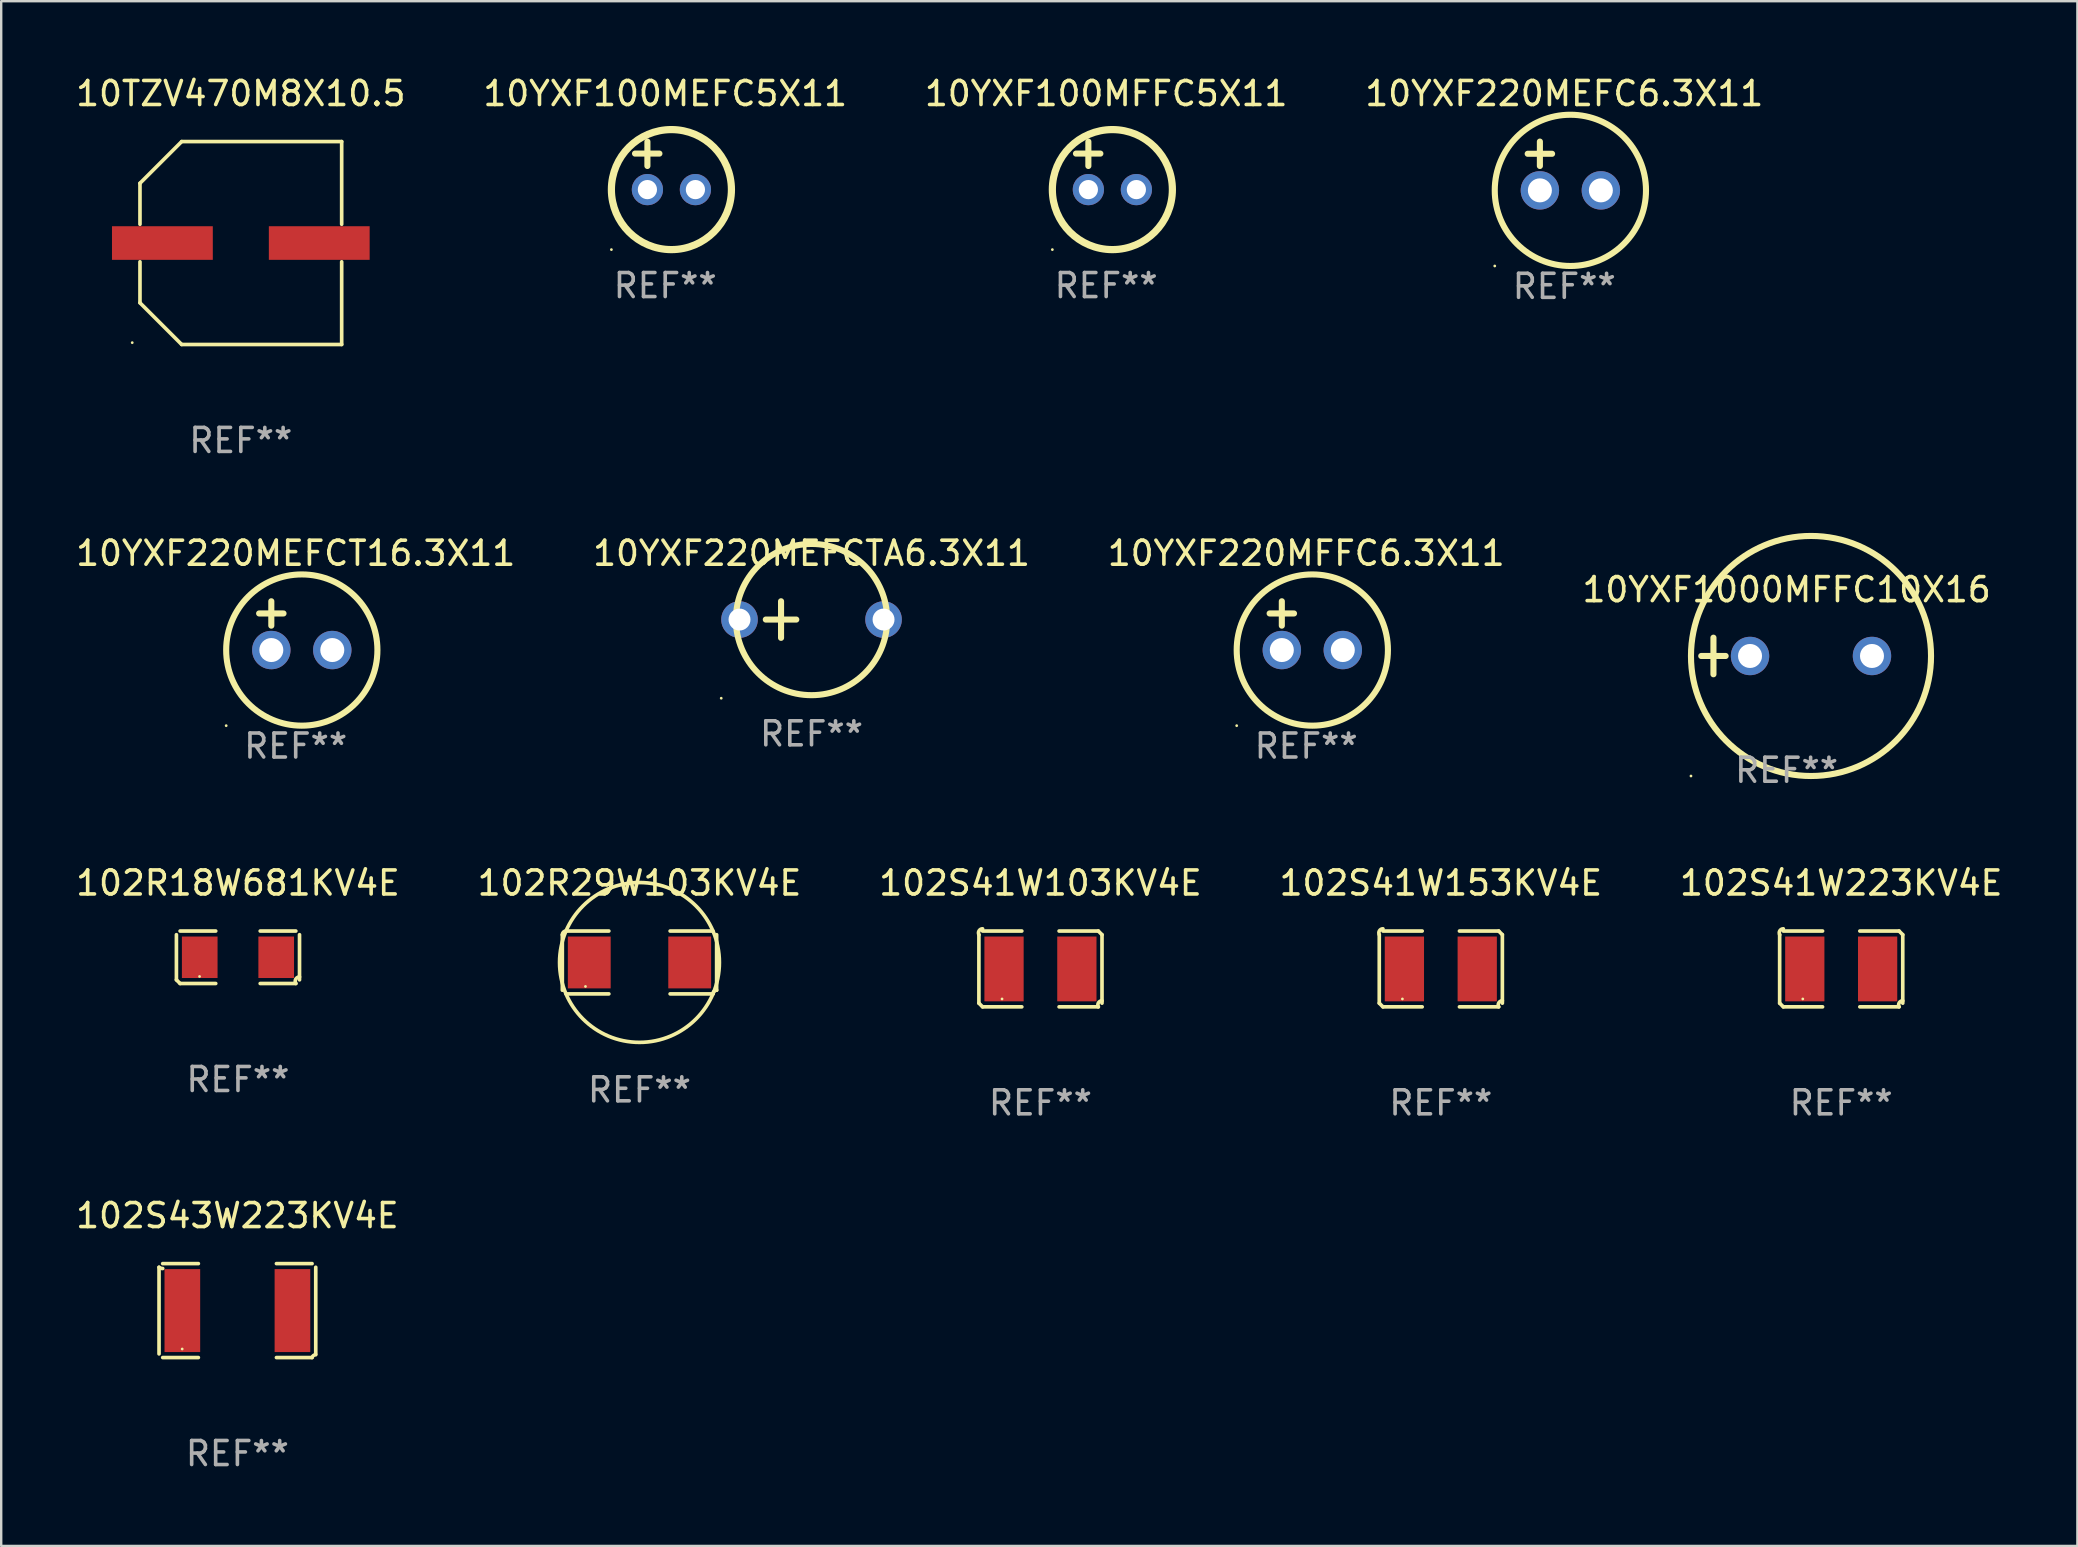
<source format=kicad_pcb>
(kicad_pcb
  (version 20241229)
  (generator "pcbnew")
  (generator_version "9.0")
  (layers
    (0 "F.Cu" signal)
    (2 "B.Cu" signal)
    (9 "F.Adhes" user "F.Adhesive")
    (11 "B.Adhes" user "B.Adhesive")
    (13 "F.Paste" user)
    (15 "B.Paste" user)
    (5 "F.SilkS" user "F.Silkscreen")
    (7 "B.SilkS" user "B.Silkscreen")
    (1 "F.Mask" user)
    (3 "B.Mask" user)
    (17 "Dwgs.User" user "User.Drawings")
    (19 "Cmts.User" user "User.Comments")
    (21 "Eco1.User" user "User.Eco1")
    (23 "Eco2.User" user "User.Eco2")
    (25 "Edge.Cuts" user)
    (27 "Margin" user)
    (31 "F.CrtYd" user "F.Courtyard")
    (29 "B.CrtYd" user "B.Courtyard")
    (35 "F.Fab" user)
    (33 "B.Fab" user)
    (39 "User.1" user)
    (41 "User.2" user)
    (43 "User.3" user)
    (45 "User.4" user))
  (footprint "10TZV470M8X10.5"
    (layer "F.Cu")
    (at 6.982 7.074)
    (property "Reference" "10TZV470M8X10.5" (at 0 -6.226 0) (layer "F.SilkS") (effects (font (size 1 1) (thickness 0.15))))
    (attr through_hole)
    (fp_line (start -4.201 -2.49) (end -4.201 -0.782) (stroke (width 0.152) (type solid)) (layer "F.SilkS"))
    (fp_line (start -4.201 2.49) (end -4.201 0.782) (stroke (width 0.152) (type solid)) (layer "F.SilkS"))
    (fp_line (start -2.465 -4.226) (end -4.201 -2.49) (stroke (width 0.152) (type solid)) (layer "F.SilkS"))
    (fp_line (start -2.465 4.226) (end -4.201 2.49) (stroke (width 0.152) (type solid)) (layer "F.SilkS"))
    (fp_line (start 4.201 -4.226) (end -2.465 -4.226) (stroke (width 0.152) (type solid)) (layer "F.SilkS"))
    (fp_line (start 4.201 -0.782) (end 4.201 -4.226) (stroke (width 0.152) (type solid)) (layer "F.SilkS"))
    (fp_line (start 4.201 0.782) (end 4.201 4.226) (stroke (width 0.152) (type solid)) (layer "F.SilkS"))
    (fp_line (start 4.201 4.226) (end -2.465 4.226) (stroke (width 0.152) (type solid)) (layer "F.SilkS"))
    (fp_circle (center -4.524 4.15) (end -4.494 4.15) (stroke (width 0.06) (type solid)) (fill no) (layer "F.SilkS"))
    (fp_text user "REF**" (at 0 8.226 0) (layer "F.Fab") (effects (font (size 1 1) (thickness 0.15))))
    (pad "1" smd rect (at -3.267 0) (size 4.2 1.4) (layers "F.Cu" "F.Mask" "F.Paste"))
    (pad "2" smd rect (at 3.267 0) (size 4.2 1.4) (layers "F.Cu" "F.Mask" "F.Paste")))
  (footprint "102S41W223KV4E"
    (layer "F.Cu")
    (at 73.649 37.313)
    (property "Reference" "102S41W223KV4E" (at 0 -3.579 0) (layer "F.SilkS") (effects (font (size 1 1) (thickness 0.15))))
    (attr through_hole)
    (fp_line (start -2.564 1.426) (end -2.564 -1.426) (stroke (width 0.152) (type solid)) (layer "F.SilkS"))
    (fp_line (start -2.411 -1.579) (end -0.776 -1.579) (stroke (width 0.152) (type solid)) (layer "F.SilkS"))
    (fp_line (start -0.776 1.579) (end -2.411 1.579) (stroke (width 0.152) (type solid)) (layer "F.SilkS"))
    (fp_line (start 0.776 1.579) (end 2.411 1.579) (stroke (width 0.152) (type solid)) (layer "F.SilkS"))
    (fp_line (start 2.411 -1.579) (end 0.776 -1.579) (stroke (width 0.152) (type solid)) (layer "F.SilkS"))
    (fp_line (start 2.564 1.426) (end 2.564 -1.426) (stroke (width 0.152) (type solid)) (layer "F.SilkS"))
    (fp_arc (start -2.563602 -1.426213) (mid -2.555597 -1.591233) (end -2.411201 -1.671518) (stroke (width 0.1524) (type solid)) (layer "F.SilkS"))
    (fp_arc (start -2.5636 1.426214) (mid -2.487389 1.502402) (end -2.411201 1.578613) (stroke (width 0.1524) (type solid)) (layer "F.SilkS"))
    (fp_arc (start 2.411197 -1.578618) (mid 2.487403 -1.502419) (end 2.563602 -1.426213) (stroke (width 0.1524) (type solid)) (layer "F.SilkS"))
    (fp_arc (start 2.411201 1.578613) (mid 2.416214 1.409455) (end 2.563602 1.32629) (stroke (width 0.1524) (type solid)) (layer "F.SilkS"))
    (fp_circle (center -1.6 1.25) (end -1.57 1.25) (stroke (width 0.06) (type solid)) (fill no) (layer "F.SilkS"))
    (fp_text user "REF**" (at 0 5.579 0) (layer "F.Fab") (effects (font (size 1 1) (thickness 0.15))))
    (pad "1" smd rect (at -1.517 0) (size 1.635 2.7) (layers "F.Cu" "F.Mask" "F.Paste"))
    (pad "2" smd rect (at 1.517 0) (size 1.635 2.7) (layers "F.Cu" "F.Mask" "F.Paste")))
  (footprint "102R29W103KV4E"
    (layer "F.Cu")
    (at 23.589 37.043)
    (property "Reference" "102R29W103KV4E" (at 0 -3.309 0) (layer "F.SilkS") (effects (font (size 1 1) (thickness 0.15))))
    (attr through_hole)
    (fp_line (start -3.214 -1.156) (end -3.214 1.156) (stroke (width 0.152) (type solid)) (layer "F.SilkS"))
    (fp_line (start -3.061 1.309) (end -1.276 1.309) (stroke (width 0.152) (type solid)) (layer "F.SilkS"))
    (fp_line (start -1.276 -1.309) (end -3.061 -1.309) (stroke (width 0.152) (type solid)) (layer "F.SilkS"))
    (fp_line (start 1.276 -1.309) (end 3.061 -1.309) (stroke (width 0.152) (type solid)) (layer "F.SilkS"))
    (fp_line (start 3.061 1.309) (end 1.276 1.309) (stroke (width 0.152) (type solid)) (layer "F.SilkS"))
    (fp_line (start 3.214 -1.156) (end 3.214 1.156) (stroke (width 0.152) (type solid)) (layer "F.SilkS"))
    (fp_arc (start -3.21359 -1.15621) (mid -3.168953 -1.263974) (end -3.061189 -1.308611) (stroke (width 0.1524) (type solid)) (layer "F.SilkS"))
    (fp_arc (start 3.061188 1.308611) (mid 3.105825 1.200847) (end 3.213589 1.15621) (stroke (width 0.1524) (type solid)) (layer "F.SilkS"))
    (fp_arc (start 3.061189 -1.308611) (mid -3.061167 1.308589) (end 3.061189 -1.308611) (stroke (width 0.1524) (type solid)) (layer "F.SilkS"))
    (fp_circle (center -2.25 1) (end -2.22 1) (stroke (width 0.06) (type solid)) (fill no) (layer "F.SilkS"))
    (fp_text user "REF**" (at 0 5.309 0) (layer "F.Fab") (effects (font (size 1 1) (thickness 0.15))))
    (pad "1" smd rect (at -2.092 0) (size 1.785 2.16) (layers "F.Cu" "F.Mask" "F.Paste"))
    (pad "2" smd rect (at 2.092 0) (size 1.785 2.16) (layers "F.Cu" "F.Mask" "F.Paste")))
  (footprint "10YXF1000MFFC10X16"
    (layer "F.Cu")
    (at 71.375 24.276)
    (property "Reference" "10YXF1000MFFC10X16" (at 0 -2.762 0) (layer "F.SilkS") (effects (font (size 1 1) (thickness 0.15))))
    (attr through_hole)
    (fp_line (start -3.556 0) (end -2.54 0) (stroke (width 0.254) (type solid)) (layer "F.SilkS"))
    (fp_line (start -3.048 -0.762) (end -3.048 0.762) (stroke (width 0.254) (type solid)) (layer "F.SilkS"))
    (fp_circle (center -3.984 5) (end -3.954 5) (stroke (width 0.06) (type solid)) (fill no) (layer "F.SilkS"))
    (fp_circle (center 1.016 0) (end 6.016 0) (stroke (width 0.254) (type solid)) (fill no) (layer "F.SilkS"))
    (fp_text user "REF**" (at 0 4.762 0) (layer "F.Fab") (effects (font (size 1 1) (thickness 0.15))))
    (pad "1" thru_hole circle (at -1.524 0) (size 1.6 1.6) (drill 1) (layers "*.Cu" "*.Mask"))
    (pad "2" thru_hole circle (at 3.556 0) (size 1.6 1.6) (drill 1) (layers "*.Cu" "*.Mask")))
  (footprint "10YXF100MFFC5X11"
    (layer "F.Cu")
    (at 43.03 3.848)
    (property "Reference" "10YXF100MFFC5X11" (at 0 -3 0) (layer "F.SilkS") (effects (font (size 1 1) (thickness 0.15))))
    (attr through_hole)
    (fp_line (start -1.258 -0.5) (end -0.242 -0.5) (stroke (width 0.254) (type solid)) (layer "F.SilkS"))
    (fp_line (start -0.742 -1) (end -0.742 0.016) (stroke (width 0.254) (type solid)) (layer "F.SilkS"))
    (fp_circle (center -2.242 3.5) (end -2.212 3.5) (stroke (width 0.06) (type solid)) (fill no) (layer "F.SilkS"))
    (fp_circle (center 0.258 1) (end 2.758 1) (stroke (width 0.3) (type solid)) (fill no) (layer "F.SilkS"))
    (fp_text user "REF**" (at 0 5 0) (layer "F.Fab") (effects (font (size 1 1) (thickness 0.15))))
    (pad "1" thru_hole circle (at -0.742 1) (size 1.3 1.3) (drill 0.8) (layers "*.Cu" "*.Mask"))
    (pad "2" thru_hole circle (at 1.258 1) (size 1.3 1.3) (drill 0.8) (layers "*.Cu" "*.Mask")))
  (footprint "10YXF100MEFC5X11"
    (layer "F.Cu")
    (at 24.661 3.848)
    (property "Reference" "10YXF100MEFC5X11" (at 0 -3 0) (layer "F.SilkS") (effects (font (size 1 1) (thickness 0.15))))
    (attr through_hole)
    (fp_line (start -1.258 -0.5) (end -0.242 -0.5) (stroke (width 0.254) (type solid)) (layer "F.SilkS"))
    (fp_line (start -0.742 -1) (end -0.742 0.016) (stroke (width 0.254) (type solid)) (layer "F.SilkS"))
    (fp_circle (center -2.242 3.5) (end -2.212 3.5) (stroke (width 0.06) (type solid)) (fill no) (layer "F.SilkS"))
    (fp_circle (center 0.258 1) (end 2.758 1) (stroke (width 0.3) (type solid)) (fill no) (layer "F.SilkS"))
    (fp_text user "REF**" (at 0 5 0) (layer "F.Fab") (effects (font (size 1 1) (thickness 0.15))))
    (pad "1" thru_hole circle (at -0.742 1) (size 1.3 1.3) (drill 0.8) (layers "*.Cu" "*.Mask"))
    (pad "2" thru_hole circle (at 1.258 1) (size 1.3 1.3) (drill 0.8) (layers "*.Cu" "*.Mask")))
  (footprint "10YXF220MEFCT16.3X11"
    (layer "F.Cu")
    (at 9.268 23.013)
    (property "Reference" "10YXF220MEFCT16.3X11" (at 0 -3.016 0) (layer "F.SilkS") (effects (font (size 1 1) (thickness 0.15))))
    (attr through_hole)
    (fp_line (start -1.524 -0.508) (end -0.508 -0.508) (stroke (width 0.254) (type solid)) (layer "F.SilkS"))
    (fp_line (start -1.016 -1.016) (end -1.016 0) (stroke (width 0.254) (type solid)) (layer "F.SilkS"))
    (fp_circle (center -2.896 4.166) (end -2.866 4.166) (stroke (width 0.06) (type solid)) (fill no) (layer "F.SilkS"))
    (fp_circle (center 0.254 1.016) (end 3.404 1.016) (stroke (width 0.254) (type solid)) (fill no) (layer "F.SilkS"))
    (fp_text user "REF**" (at 0 5.016 0) (layer "F.Fab") (effects (font (size 1 1) (thickness 0.15))))
    (pad "1" thru_hole circle (at -1.016 1.016) (size 1.6 1.6) (drill 1) (layers "*.Cu" "*.Mask"))
    (pad "2" thru_hole circle (at 1.524 1.016) (size 1.6 1.6) (drill 1) (layers "*.Cu" "*.Mask")))
  (footprint "10YXF220MEFCTA6.3X11"
    (layer "F.Cu")
    (at 30.756 22.759)
    (property "Reference" "10YXF220MEFCTA6.3X11" (at 0 -2.762 0) (layer "F.SilkS") (effects (font (size 1 1) (thickness 0.15))))
    (attr through_hole)
    (fp_line (start -1.27 -0.762) (end -1.27 0.762) (stroke (width 0.254) (type solid)) (layer "F.SilkS"))
    (fp_line (start -0.635 0) (end -1.905 0) (stroke (width 0.254) (type solid)) (layer "F.SilkS"))
    (fp_circle (center -3.762 3.277) (end -3.732 3.277) (stroke (width 0.06) (type solid)) (fill no) (layer "F.SilkS"))
    (fp_circle (center 0 0) (end 3.15 0) (stroke (width 0.254) (type solid)) (fill no) (layer "F.SilkS"))
    (fp_text user "REF**" (at 0 4.762 0) (layer "F.Fab") (effects (font (size 1 1) (thickness 0.15))))
    (pad "1" thru_hole circle (at -3 0) (size 1.524 1.524) (drill 0.914) (layers "*.Cu" "*.Mask"))
    (pad "2" thru_hole circle (at 3 0) (size 1.524 1.524) (drill 0.914) (layers "*.Cu" "*.Mask")))
  (footprint "10YXF220MFFC6.3X11"
    (layer "F.Cu")
    (at 51.363 23.013)
    (property "Reference" "10YXF220MFFC6.3X11" (at 0 -3.016 0) (layer "F.SilkS") (effects (font (size 1 1) (thickness 0.15))))
    (attr through_hole)
    (fp_line (start -1.524 -0.508) (end -0.508 -0.508) (stroke (width 0.254) (type solid)) (layer "F.SilkS"))
    (fp_line (start -1.016 -1.016) (end -1.016 0) (stroke (width 0.254) (type solid)) (layer "F.SilkS"))
    (fp_circle (center -2.896 4.166) (end -2.866 4.166) (stroke (width 0.06) (type solid)) (fill no) (layer "F.SilkS"))
    (fp_circle (center 0.254 1.016) (end 3.404 1.016) (stroke (width 0.254) (type solid)) (fill no) (layer "F.SilkS"))
    (fp_text user "REF**" (at 0 5.016 0) (layer "F.Fab") (effects (font (size 1 1) (thickness 0.15))))
    (pad "1" thru_hole circle (at -1.016 1.016) (size 1.6 1.6) (drill 1) (layers "*.Cu" "*.Mask"))
    (pad "2" thru_hole circle (at 1.524 1.016) (size 1.6 1.6) (drill 1) (layers "*.Cu" "*.Mask")))
  (footprint "102S41W103KV4E"
    (layer "F.Cu")
    (at 40.292 37.313)
    (property "Reference" "102S41W103KV4E" (at 0 -3.579 0) (layer "F.SilkS") (effects (font (size 1 1) (thickness 0.15))))
    (attr through_hole)
    (fp_line (start -2.564 1.426) (end -2.564 -1.426) (stroke (width 0.152) (type solid)) (layer "F.SilkS"))
    (fp_line (start -2.411 -1.579) (end -0.776 -1.579) (stroke (width 0.152) (type solid)) (layer "F.SilkS"))
    (fp_line (start -0.776 1.579) (end -2.411 1.579) (stroke (width 0.152) (type solid)) (layer "F.SilkS"))
    (fp_line (start 0.776 1.579) (end 2.411 1.579) (stroke (width 0.152) (type solid)) (layer "F.SilkS"))
    (fp_line (start 2.411 -1.579) (end 0.776 -1.579) (stroke (width 0.152) (type solid)) (layer "F.SilkS"))
    (fp_line (start 2.564 1.426) (end 2.564 -1.426) (stroke (width 0.152) (type solid)) (layer "F.SilkS"))
    (fp_arc (start -2.563602 -1.426213) (mid -2.555597 -1.591233) (end -2.411201 -1.671518) (stroke (width 0.1524) (type solid)) (layer "F.SilkS"))
    (fp_arc (start -2.5636 1.426214) (mid -2.487389 1.502402) (end -2.411201 1.578613) (stroke (width 0.1524) (type solid)) (layer "F.SilkS"))
    (fp_arc (start 2.411197 -1.578618) (mid 2.487403 -1.502419) (end 2.563602 -1.426213) (stroke (width 0.1524) (type solid)) (layer "F.SilkS"))
    (fp_arc (start 2.411201 1.578613) (mid 2.416214 1.409455) (end 2.563602 1.32629) (stroke (width 0.1524) (type solid)) (layer "F.SilkS"))
    (fp_circle (center -1.6 1.25) (end -1.57 1.25) (stroke (width 0.06) (type solid)) (fill no) (layer "F.SilkS"))
    (fp_text user "REF**" (at 0 5.579 0) (layer "F.Fab") (effects (font (size 1 1) (thickness 0.15))))
    (pad "1" smd rect (at -1.517 0) (size 1.635 2.7) (layers "F.Cu" "F.Mask" "F.Paste"))
    (pad "2" smd rect (at 1.517 0) (size 1.635 2.7) (layers "F.Cu" "F.Mask" "F.Paste")))
  (footprint "102S43W223KV4E"
    (layer "F.Cu")
    (at 6.839 51.545)
    (property "Reference" "102S43W223KV4E" (at 0 -3.957 0) (layer "F.SilkS") (effects (font (size 1 1) (thickness 0.15))))
    (attr through_hole)
    (fp_line (start -3.264 1.804) (end -3.264 -1.804) (stroke (width 0.152) (type solid)) (layer "F.SilkS"))
    (fp_line (start -3.111 -1.957) (end -1.626 -1.957) (stroke (width 0.152) (type solid)) (layer "F.SilkS"))
    (fp_line (start -1.626 1.957) (end -3.111 1.957) (stroke (width 0.152) (type solid)) (layer "F.SilkS"))
    (fp_line (start 1.626 1.957) (end 3.111 1.957) (stroke (width 0.152) (type solid)) (layer "F.SilkS"))
    (fp_line (start 3.111 -1.957) (end 1.626 -1.957) (stroke (width 0.152) (type solid)) (layer "F.SilkS"))
    (fp_line (start 3.264 1.804) (end 3.264 -1.804) (stroke (width 0.152) (type solid)) (layer "F.SilkS"))
    (fp_arc (start -3.111202 -1.752192) (mid -3.191715 -1.76555) (end -3.263602 -1.804191) (stroke (width 0.1524) (type solid)) (layer "F.SilkS"))
    (fp_arc (start 3.111201 1.956591) (mid 3.167789 1.872777) (end 3.263602 1.840424) (stroke (width 0.1524) (type solid)) (layer "F.SilkS"))
    (fp_circle (center -2.3 1.6) (end -2.27 1.6) (stroke (width 0.06) (type solid)) (fill no) (layer "F.SilkS"))
    (fp_text user "REF**" (at 0 5.957 0) (layer "F.Fab") (effects (font (size 1 1) (thickness 0.15))))
    (pad "1" smd rect (at -2.293 0) (size 1.485 3.456) (layers "F.Cu" "F.Mask" "F.Paste"))
    (pad "2" smd rect (at 2.293 0) (size 1.485 3.456) (layers "F.Cu" "F.Mask" "F.Paste")))
  (footprint "102R18W681KV4E"
    (layer "F.Cu")
    (at 6.863 36.827)
    (property "Reference" "102R18W681KV4E" (at 0 -3.093 0) (layer "F.SilkS") (effects (font (size 1 1) (thickness 0.15))))
    (attr through_hole)
    (fp_line (start -2.564 0.94) (end -2.564 -0.94) (stroke (width 0.152) (type solid)) (layer "F.SilkS"))
    (fp_line (start -2.411 -1.093) (end -0.926 -1.093) (stroke (width 0.152) (type solid)) (layer "F.SilkS"))
    (fp_line (start -0.926 1.093) (end -2.411 1.093) (stroke (width 0.152) (type solid)) (layer "F.SilkS"))
    (fp_line (start 0.926 1.093) (end 2.411 1.093) (stroke (width 0.152) (type solid)) (layer "F.SilkS"))
    (fp_line (start 2.411 -1.093) (end 0.926 -1.093) (stroke (width 0.152) (type solid)) (layer "F.SilkS"))
    (fp_line (start 2.564 0.94) (end 2.564 -0.94) (stroke (width 0.152) (type solid)) (layer "F.SilkS"))
    (fp_arc (start -2.411201 1.092609) (mid -2.487413 1.01642) (end -2.563602 0.940208) (stroke (width 0.1524) (type solid)) (layer "F.SilkS"))
    (fp_arc (start 2.411201 1.092609) (mid 2.407159 0.911226) (end 2.563602 0.819347) (stroke (width 0.1524) (type solid)) (layer "F.SilkS"))
    (fp_circle (center -1.6 0.8) (end -1.57 0.8) (stroke (width 0.06) (type solid)) (fill no) (layer "F.SilkS"))
    (fp_text user "REF**" (at 0 5.093 0) (layer "F.Fab") (effects (font (size 1 1) (thickness 0.15))))
    (pad "1" smd rect (at -1.593 0) (size 1.485 1.728) (layers "F.Cu" "F.Mask" "F.Paste"))
    (pad "2" smd rect (at 1.593 0) (size 1.485 1.728) (layers "F.Cu" "F.Mask" "F.Paste")))
  (footprint "10YXF220MEFC6.3X11"
    (layer "F.Cu")
    (at 62.113 3.864)
    (property "Reference" "10YXF220MEFC6.3X11" (at 0 -3.016 0) (layer "F.SilkS") (effects (font (size 1 1) (thickness 0.15))))
    (attr through_hole)
    (fp_line (start -1.524 -0.508) (end -0.508 -0.508) (stroke (width 0.254) (type solid)) (layer "F.SilkS"))
    (fp_line (start -1.016 -1.016) (end -1.016 0) (stroke (width 0.254) (type solid)) (layer "F.SilkS"))
    (fp_circle (center -2.896 4.166) (end -2.866 4.166) (stroke (width 0.06) (type solid)) (fill no) (layer "F.SilkS"))
    (fp_circle (center 0.254 1.016) (end 3.404 1.016) (stroke (width 0.254) (type solid)) (fill no) (layer "F.SilkS"))
    (fp_text user "REF**" (at 0 5.016 0) (layer "F.Fab") (effects (font (size 1 1) (thickness 0.15))))
    (pad "1" thru_hole circle (at -1.016 1.016) (size 1.6 1.6) (drill 1) (layers "*.Cu" "*.Mask"))
    (pad "2" thru_hole circle (at 1.524 1.016) (size 1.6 1.6) (drill 1) (layers "*.Cu" "*.Mask")))
  (footprint "102S41W153KV4E"
    (layer "F.Cu")
    (at 56.97 37.313)
    (property "Reference" "102S41W153KV4E" (at 0 -3.579 0) (layer "F.SilkS") (effects (font (size 1 1) (thickness 0.15))))
    (attr through_hole)
    (fp_line (start -2.564 1.426) (end -2.564 -1.426) (stroke (width 0.152) (type solid)) (layer "F.SilkS"))
    (fp_line (start -2.411 -1.579) (end -0.776 -1.579) (stroke (width 0.152) (type solid)) (layer "F.SilkS"))
    (fp_line (start -0.776 1.579) (end -2.411 1.579) (stroke (width 0.152) (type solid)) (layer "F.SilkS"))
    (fp_line (start 0.776 1.579) (end 2.411 1.579) (stroke (width 0.152) (type solid)) (layer "F.SilkS"))
    (fp_line (start 2.411 -1.579) (end 0.776 -1.579) (stroke (width 0.152) (type solid)) (layer "F.SilkS"))
    (fp_line (start 2.564 1.426) (end 2.564 -1.426) (stroke (width 0.152) (type solid)) (layer "F.SilkS"))
    (fp_arc (start -2.563602 -1.426213) (mid -2.555597 -1.591233) (end -2.411201 -1.671518) (stroke (width 0.1524) (type solid)) (layer "F.SilkS"))
    (fp_arc (start -2.5636 1.426214) (mid -2.487389 1.502402) (end -2.411201 1.578613) (stroke (width 0.1524) (type solid)) (layer "F.SilkS"))
    (fp_arc (start 2.411197 -1.578618) (mid 2.487403 -1.502419) (end 2.563602 -1.426213) (stroke (width 0.1524) (type solid)) (layer "F.SilkS"))
    (fp_arc (start 2.411201 1.578613) (mid 2.416214 1.409455) (end 2.563602 1.32629) (stroke (width 0.1524) (type solid)) (layer "F.SilkS"))
    (fp_circle (center -1.6 1.25) (end -1.57 1.25) (stroke (width 0.06) (type solid)) (fill no) (layer "F.SilkS"))
    (fp_text user "REF**" (at 0 5.579 0) (layer "F.Fab") (effects (font (size 1 1) (thickness 0.15))))
    (pad "1" smd rect (at -1.517 0) (size 1.635 2.7) (layers "F.Cu" "F.Mask" "F.Paste"))
    (pad "2" smd rect (at 1.517 0) (size 1.635 2.7) (layers "F.Cu" "F.Mask" "F.Paste")))
  (gr_rect
    (start -3 -3)
    (end 83.488 61.35)
    (stroke (width 0.1) (type default))
    (fill no)
    (layer "Edge.Cuts")))
</source>
